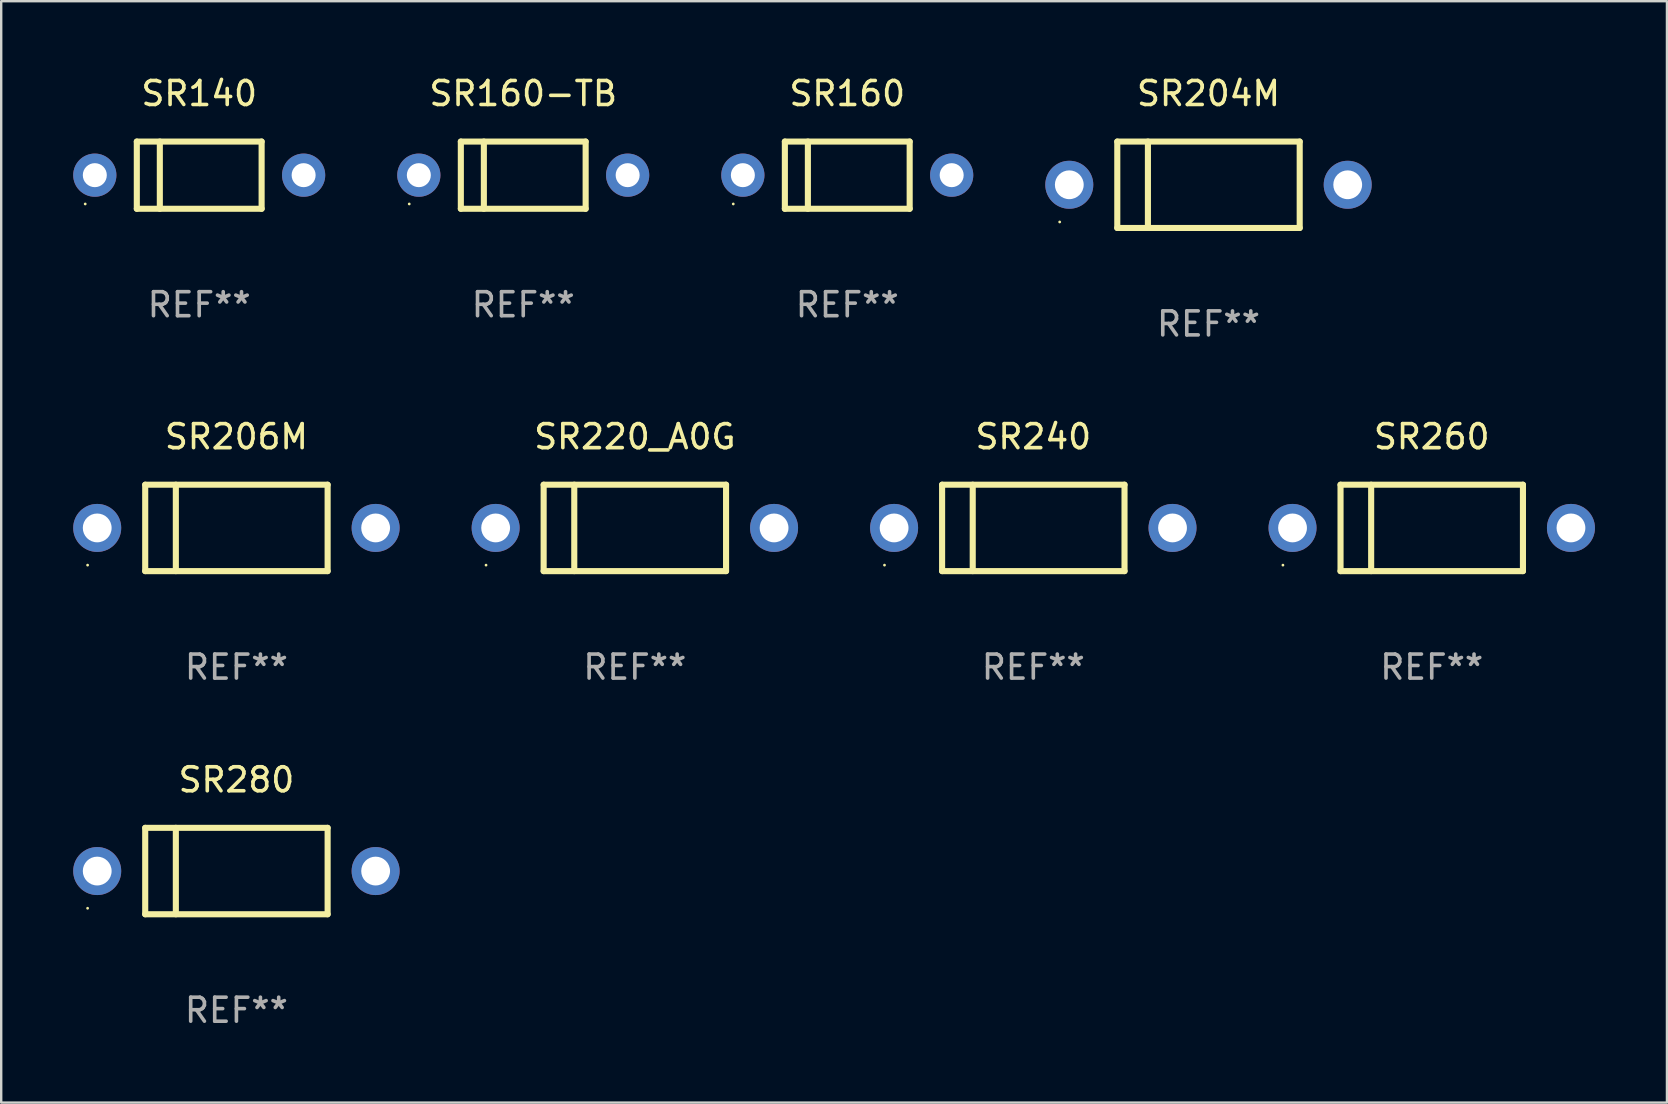
<source format=kicad_pcb>
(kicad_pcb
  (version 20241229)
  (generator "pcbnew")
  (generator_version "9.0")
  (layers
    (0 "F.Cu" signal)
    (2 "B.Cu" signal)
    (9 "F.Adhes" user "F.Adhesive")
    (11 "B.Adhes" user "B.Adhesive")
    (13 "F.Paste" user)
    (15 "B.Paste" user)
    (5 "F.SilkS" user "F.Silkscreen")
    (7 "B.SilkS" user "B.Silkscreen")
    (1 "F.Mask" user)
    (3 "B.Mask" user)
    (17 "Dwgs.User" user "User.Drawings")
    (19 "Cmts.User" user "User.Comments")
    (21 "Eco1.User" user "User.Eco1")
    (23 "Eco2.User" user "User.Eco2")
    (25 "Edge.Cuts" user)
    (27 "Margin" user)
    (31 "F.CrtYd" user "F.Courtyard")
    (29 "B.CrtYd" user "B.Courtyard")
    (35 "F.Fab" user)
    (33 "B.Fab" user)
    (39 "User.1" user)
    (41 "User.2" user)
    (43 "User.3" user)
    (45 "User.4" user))
  (footprint "SR160-TB"
    (layer "F.Cu")
    (at 18.75 4.248)
    (property "Reference" "SR160-TB" (at 0 -3.4 0) (layer "F.SilkS") (effects (font (size 1 1) (thickness 0.15))))
    (attr through_hole)
    (fp_line (start -2.6 -1.4) (end -2.6 1.4) (stroke (width 0.254) (type solid)) (layer "F.SilkS"))
    (fp_line (start -2.6 -1.4) (end 2.6 -1.4) (stroke (width 0.254) (type solid)) (layer "F.SilkS"))
    (fp_line (start -2.6 1.4) (end 2.6 1.4) (stroke (width 0.254) (type solid)) (layer "F.SilkS"))
    (fp_line (start -1.641 -1.4) (end -1.641 1.4) (stroke (width 0.254) (type solid)) (layer "F.SilkS"))
    (fp_line (start 2.6 -1.4) (end 2.6 1.4) (stroke (width 0.254) (type solid)) (layer "F.SilkS"))
    (fp_circle (center -4.75 1.2) (end -4.72 1.2) (stroke (width 0.06) (type solid)) (fill no) (layer "F.SilkS"))
    (fp_text user "REF**" (at 0 5.4 0) (layer "F.Fab") (effects (font (size 1 1) (thickness 0.15))))
    (pad "1" thru_hole circle (at -4.35 0) (size 1.8 1.8) (drill 1) (layers "*.Cu" "*.Mask"))
    (pad "2" thru_hole circle (at 4.35 0) (size 1.8 1.8) (drill 1) (layers "*.Cu" "*.Mask")))
  (footprint "SR240"
    (layer "F.Cu")
    (at 40.001 18.945)
    (property "Reference" "SR240" (at 0 -3.8 0) (layer "F.SilkS") (effects (font (size 1 1) (thickness 0.15))))
    (attr through_hole)
    (fp_line (start -3.8 -1.8) (end -3.8 1.8) (stroke (width 0.254) (type solid)) (layer "F.SilkS"))
    (fp_line (start -3.8 -1.8) (end 3.8 -1.8) (stroke (width 0.254) (type solid)) (layer "F.SilkS"))
    (fp_line (start -3.8 1.8) (end 3.8 1.8) (stroke (width 0.254) (type solid)) (layer "F.SilkS"))
    (fp_line (start -2.524 -1.8) (end -2.524 1.8) (stroke (width 0.254) (type solid)) (layer "F.SilkS"))
    (fp_line (start 3.8 -1.8) (end 3.8 1.8) (stroke (width 0.254) (type solid)) (layer "F.SilkS"))
    (fp_circle (center -6.2 1.55) (end -6.17 1.55) (stroke (width 0.06) (type solid)) (fill no) (layer "F.SilkS"))
    (fp_text user "REF**" (at 0 5.8 0) (layer "F.Fab") (effects (font (size 1 1) (thickness 0.15))))
    (pad "1" thru_hole circle (at -5.8 0) (size 2 2) (drill 1.2) (layers "*.Cu" "*.Mask"))
    (pad "2" thru_hole circle (at 5.8 0) (size 2 2) (drill 1.2) (layers "*.Cu" "*.Mask")))
  (footprint "SR160"
    (layer "F.Cu")
    (at 32.25 4.248)
    (property "Reference" "SR160" (at 0 -3.4 0) (layer "F.SilkS") (effects (font (size 1 1) (thickness 0.15))))
    (attr through_hole)
    (fp_line (start -2.6 -1.4) (end -2.6 1.4) (stroke (width 0.254) (type solid)) (layer "F.SilkS"))
    (fp_line (start -2.6 -1.4) (end 2.6 -1.4) (stroke (width 0.254) (type solid)) (layer "F.SilkS"))
    (fp_line (start -2.6 1.4) (end 2.6 1.4) (stroke (width 0.254) (type solid)) (layer "F.SilkS"))
    (fp_line (start -1.641 -1.4) (end -1.641 1.4) (stroke (width 0.254) (type solid)) (layer "F.SilkS"))
    (fp_line (start 2.6 -1.4) (end 2.6 1.4) (stroke (width 0.254) (type solid)) (layer "F.SilkS"))
    (fp_circle (center -4.75 1.2) (end -4.72 1.2) (stroke (width 0.06) (type solid)) (fill no) (layer "F.SilkS"))
    (fp_text user "REF**" (at 0 5.4 0) (layer "F.Fab") (effects (font (size 1 1) (thickness 0.15))))
    (pad "1" thru_hole circle (at -4.35 0) (size 1.8 1.8) (drill 1) (layers "*.Cu" "*.Mask"))
    (pad "2" thru_hole circle (at 4.35 0) (size 1.8 1.8) (drill 1) (layers "*.Cu" "*.Mask")))
  (footprint "SR140"
    (layer "F.Cu")
    (at 5.25 4.248)
    (property "Reference" "SR140" (at 0 -3.4 0) (layer "F.SilkS") (effects (font (size 1 1) (thickness 0.15))))
    (attr through_hole)
    (fp_line (start -2.6 -1.4) (end -2.6 1.4) (stroke (width 0.254) (type solid)) (layer "F.SilkS"))
    (fp_line (start -2.6 -1.4) (end 2.6 -1.4) (stroke (width 0.254) (type solid)) (layer "F.SilkS"))
    (fp_line (start -2.6 1.4) (end 2.6 1.4) (stroke (width 0.254) (type solid)) (layer "F.SilkS"))
    (fp_line (start -1.641 -1.4) (end -1.641 1.4) (stroke (width 0.254) (type solid)) (layer "F.SilkS"))
    (fp_line (start 2.6 -1.4) (end 2.6 1.4) (stroke (width 0.254) (type solid)) (layer "F.SilkS"))
    (fp_circle (center -4.75 1.2) (end -4.72 1.2) (stroke (width 0.06) (type solid)) (fill no) (layer "F.SilkS"))
    (fp_text user "REF**" (at 0 5.4 0) (layer "F.Fab") (effects (font (size 1 1) (thickness 0.15))))
    (pad "1" thru_hole circle (at -4.35 0) (size 1.8 1.8) (drill 1) (layers "*.Cu" "*.Mask"))
    (pad "2" thru_hole circle (at 4.35 0) (size 1.8 1.8) (drill 1) (layers "*.Cu" "*.Mask")))
  (footprint "SR206M"
    (layer "F.Cu")
    (at 6.8 18.945)
    (property "Reference" "SR206M" (at 0 -3.8 0) (layer "F.SilkS") (effects (font (size 1 1) (thickness 0.15))))
    (attr through_hole)
    (fp_line (start -3.8 -1.8) (end -3.8 1.8) (stroke (width 0.254) (type solid)) (layer "F.SilkS"))
    (fp_line (start -3.8 -1.8) (end 3.8 -1.8) (stroke (width 0.254) (type solid)) (layer "F.SilkS"))
    (fp_line (start -3.8 1.8) (end 3.8 1.8) (stroke (width 0.254) (type solid)) (layer "F.SilkS"))
    (fp_line (start -2.524 -1.8) (end -2.524 1.8) (stroke (width 0.254) (type solid)) (layer "F.SilkS"))
    (fp_line (start 3.8 -1.8) (end 3.8 1.8) (stroke (width 0.254) (type solid)) (layer "F.SilkS"))
    (fp_circle (center -6.2 1.55) (end -6.17 1.55) (stroke (width 0.06) (type solid)) (fill no) (layer "F.SilkS"))
    (fp_text user "REF**" (at 0 5.8 0) (layer "F.Fab") (effects (font (size 1 1) (thickness 0.15))))
    (pad "1" thru_hole circle (at -5.8 0) (size 2 2) (drill 1.2) (layers "*.Cu" "*.Mask"))
    (pad "2" thru_hole circle (at 5.8 0) (size 2 2) (drill 1.2) (layers "*.Cu" "*.Mask")))
  (footprint "SR204M"
    (layer "F.Cu")
    (at 47.3 4.648)
    (property "Reference" "SR204M" (at 0 -3.8 0) (layer "F.SilkS") (effects (font (size 1 1) (thickness 0.15))))
    (attr through_hole)
    (fp_line (start -3.8 -1.8) (end -3.8 1.8) (stroke (width 0.254) (type solid)) (layer "F.SilkS"))
    (fp_line (start -3.8 -1.8) (end 3.8 -1.8) (stroke (width 0.254) (type solid)) (layer "F.SilkS"))
    (fp_line (start -3.8 1.8) (end 3.8 1.8) (stroke (width 0.254) (type solid)) (layer "F.SilkS"))
    (fp_line (start -2.524 -1.8) (end -2.524 1.8) (stroke (width 0.254) (type solid)) (layer "F.SilkS"))
    (fp_line (start 3.8 -1.8) (end 3.8 1.8) (stroke (width 0.254) (type solid)) (layer "F.SilkS"))
    (fp_circle (center -6.2 1.55) (end -6.17 1.55) (stroke (width 0.06) (type solid)) (fill no) (layer "F.SilkS"))
    (fp_text user "REF**" (at 0 5.8 0) (layer "F.Fab") (effects (font (size 1 1) (thickness 0.15))))
    (pad "1" thru_hole circle (at -5.8 0) (size 2 2) (drill 1.2) (layers "*.Cu" "*.Mask"))
    (pad "2" thru_hole circle (at 5.8 0) (size 2 2) (drill 1.2) (layers "*.Cu" "*.Mask")))
  (footprint "SR280"
    (layer "F.Cu")
    (at 6.8 33.241)
    (property "Reference" "SR280" (at 0 -3.8 0) (layer "F.SilkS") (effects (font (size 1 1) (thickness 0.15))))
    (attr through_hole)
    (fp_line (start -3.8 -1.8) (end -3.8 1.8) (stroke (width 0.254) (type solid)) (layer "F.SilkS"))
    (fp_line (start -3.8 -1.8) (end 3.8 -1.8) (stroke (width 0.254) (type solid)) (layer "F.SilkS"))
    (fp_line (start -3.8 1.8) (end 3.8 1.8) (stroke (width 0.254) (type solid)) (layer "F.SilkS"))
    (fp_line (start -2.524 -1.8) (end -2.524 1.8) (stroke (width 0.254) (type solid)) (layer "F.SilkS"))
    (fp_line (start 3.8 -1.8) (end 3.8 1.8) (stroke (width 0.254) (type solid)) (layer "F.SilkS"))
    (fp_circle (center -6.2 1.55) (end -6.17 1.55) (stroke (width 0.06) (type solid)) (fill no) (layer "F.SilkS"))
    (fp_text user "REF**" (at 0 5.8 0) (layer "F.Fab") (effects (font (size 1 1) (thickness 0.15))))
    (pad "1" thru_hole circle (at -5.8 0) (size 2 2) (drill 1.2) (layers "*.Cu" "*.Mask"))
    (pad "2" thru_hole circle (at 5.8 0) (size 2 2) (drill 1.2) (layers "*.Cu" "*.Mask")))
  (footprint "SR220_A0G"
    (layer "F.Cu")
    (at 23.4 18.945)
    (property "Reference" "SR220_A0G" (at 0 -3.8 0) (layer "F.SilkS") (effects (font (size 1 1) (thickness 0.15))))
    (attr through_hole)
    (fp_line (start -3.8 -1.8) (end -3.8 1.8) (stroke (width 0.254) (type solid)) (layer "F.SilkS"))
    (fp_line (start -3.8 -1.8) (end 3.8 -1.8) (stroke (width 0.254) (type solid)) (layer "F.SilkS"))
    (fp_line (start -3.8 1.8) (end 3.8 1.8) (stroke (width 0.254) (type solid)) (layer "F.SilkS"))
    (fp_line (start -2.524 -1.8) (end -2.524 1.8) (stroke (width 0.254) (type solid)) (layer "F.SilkS"))
    (fp_line (start 3.8 -1.8) (end 3.8 1.8) (stroke (width 0.254) (type solid)) (layer "F.SilkS"))
    (fp_circle (center -6.2 1.55) (end -6.17 1.55) (stroke (width 0.06) (type solid)) (fill no) (layer "F.SilkS"))
    (fp_text user "REF**" (at 0 5.8 0) (layer "F.Fab") (effects (font (size 1 1) (thickness 0.15))))
    (pad "1" thru_hole circle (at -5.8 0) (size 2 2) (drill 1.2) (layers "*.Cu" "*.Mask"))
    (pad "2" thru_hole circle (at 5.8 0) (size 2 2) (drill 1.2) (layers "*.Cu" "*.Mask")))
  (footprint "SR260"
    (layer "F.Cu")
    (at 56.601 18.945)
    (property "Reference" "SR260" (at 0 -3.8 0) (layer "F.SilkS") (effects (font (size 1 1) (thickness 0.15))))
    (attr through_hole)
    (fp_line (start -3.8 -1.8) (end -3.8 1.8) (stroke (width 0.254) (type solid)) (layer "F.SilkS"))
    (fp_line (start -3.8 -1.8) (end 3.8 -1.8) (stroke (width 0.254) (type solid)) (layer "F.SilkS"))
    (fp_line (start -3.8 1.8) (end 3.8 1.8) (stroke (width 0.254) (type solid)) (layer "F.SilkS"))
    (fp_line (start -2.524 -1.8) (end -2.524 1.8) (stroke (width 0.254) (type solid)) (layer "F.SilkS"))
    (fp_line (start 3.8 -1.8) (end 3.8 1.8) (stroke (width 0.254) (type solid)) (layer "F.SilkS"))
    (fp_circle (center -6.2 1.55) (end -6.17 1.55) (stroke (width 0.06) (type solid)) (fill no) (layer "F.SilkS"))
    (fp_text user "REF**" (at 0 5.8 0) (layer "F.Fab") (effects (font (size 1 1) (thickness 0.15))))
    (pad "1" thru_hole circle (at -5.8 0) (size 2 2) (drill 1.2) (layers "*.Cu" "*.Mask"))
    (pad "2" thru_hole circle (at 5.8 0) (size 2 2) (drill 1.2) (layers "*.Cu" "*.Mask")))
  (gr_rect
    (start -3 -3)
    (end 66.401 42.889)
    (stroke (width 0.1) (type default))
    (fill no)
    (layer "Edge.Cuts")))
</source>
